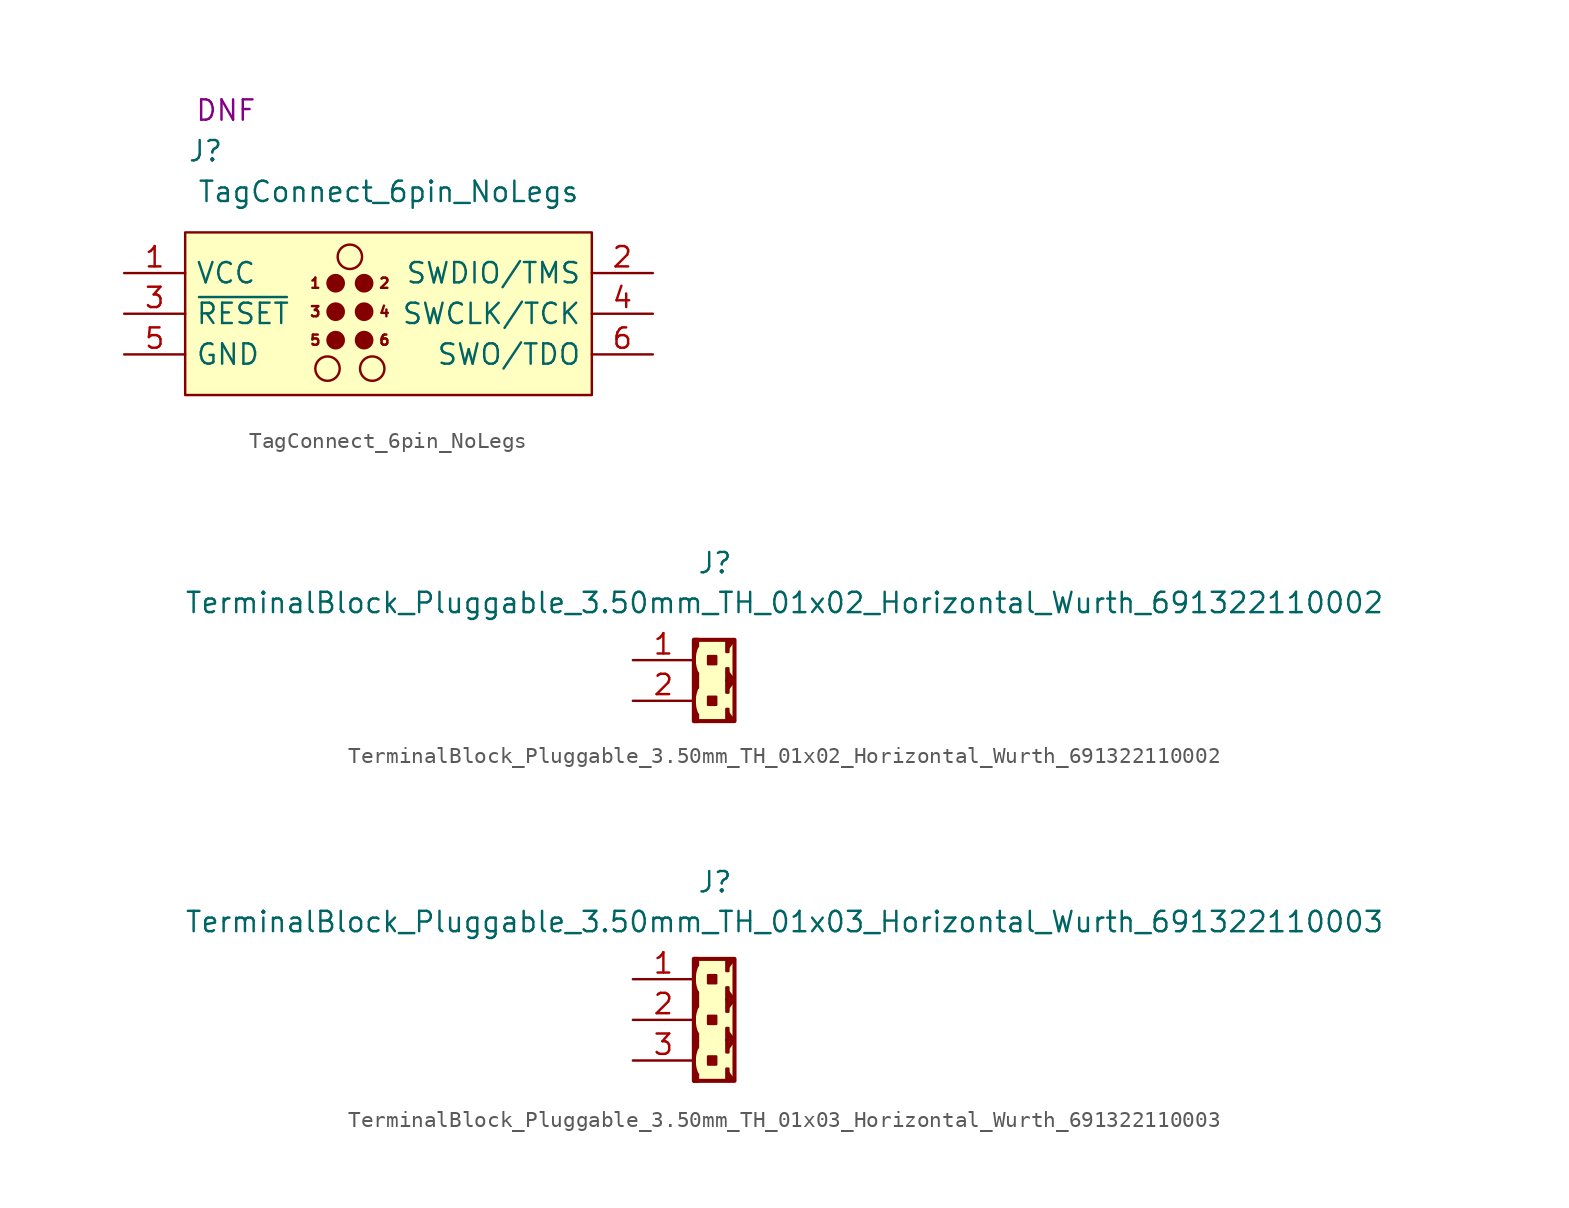
<source format=kicad_sym>
(kicad_symbol_lib
  (version 20211014)
  (generator kicad_symbol_editor)
  (symbol "TagConnect_6pin_NoLegs"
    (pin_names
      (offset 0.635))
    (property "Reference" "J"
      (at -11.43 10.16 0)
      (effects (font (size 1.27 1.27))))
    (property "Value" "TagConnect_6pin_NoLegs"
      (at 0 7.62 0)
      (effects (font (size 1.27 1.27))))
    (property "FitPart" "DNF"
      (at -10.16 12.7 0)
      (effects (font (size 1.27 1.27))))
    (symbol "TagConnect_6pin_NoLegs_0_0"
      (text "1" (at -4.572 1.905 0) (effects (font (size 0.635 0.635))))
      (text "2" (at -0.254 1.905 0) (effects (font (size 0.635 0.635))))
      (text "3" (at -4.572 0.127 0) (effects (font (size 0.635 0.635))))
      (text "4" (at -0.254 0.127 0) (effects (font (size 0.635 0.635))))
      (text "5" (at -4.572 -1.651 0) (effects (font (size 0.635 0.635))))
      (text "6" (at -0.254 -1.651 0) (effects (font (size 0.635 0.635))))
      (pin power_in line (at -16.51 2.54 0) (length 3.81) (name "VCC" (effects (font (size 1.27 1.27)))) (number "1" (effects (font (size 1.27 1.27)))))
      (pin bidirectional line (at 16.51 2.54 180) (length 3.81) (name "SWDIO/TMS" (effects (font (size 1.27 1.27)))) (number "2" (effects (font (size 1.27 1.27)))))
      (pin input line (at -16.51 0 0) (length 3.81) (name "~{RESET}" (effects (font (size 1.27 1.27)))) (number "3" (effects (font (size 1.27 1.27)))))
      (pin input line (at 16.51 0 180) (length 3.81) (name "SWCLK/TCK" (effects (font (size 1.27 1.27)))) (number "4" (effects (font (size 1.27 1.27)))))
      (pin power_in line (at -16.51 -2.54 0) (length 3.81) (name "GND" (effects (font (size 1.27 1.27)))) (number "5" (effects (font (size 1.27 1.27)))))
      (pin output line (at 16.51 -2.54 180) (length 3.81) (name "SWO/TDO" (effects (font (size 1.27 1.27)))) (number "6" (effects (font (size 1.27 1.27))))))
    (symbol "TagConnect_6pin_NoLegs_0_1"
      (rectangle (start -12.7 5.08) (end 12.7 -5.08) (stroke (width 0) (type default) (color 0 0 0 0)) (fill (type background)))
      (circle (center -3.81 -3.429) (radius 0.762) (stroke (width 0) (type default) (color 0 0 0 0)) (fill (type none)))
      (circle (center -3.302 -1.651) (radius 0.508) (stroke (width 0) (type default) (color 0 0 0 0)) (fill (type outline)))
      (circle (center -3.302 0.127) (radius 0.508) (stroke (width 0) (type default) (color 0 0 0 0)) (fill (type outline)))
      (circle (center -3.302 1.905) (radius 0.508) (stroke (width 0) (type default) (color 0 0 0 0)) (fill (type outline)))
      (circle (center -2.413 3.556) (radius 0.762) (stroke (width 0) (type default) (color 0 0 0 0)) (fill (type none)))
      (circle (center -1.016 -3.429) (radius 0.762) (stroke (width 0) (type default) (color 0 0 0 0)) (fill (type none))))
    (symbol "TagConnect_6pin_NoLegs_1_1"
      (circle (center -1.524 -1.651) (radius 0.508) (stroke (width 0) (type default) (color 0 0 0 0)) (fill (type outline)))
      (circle (center -1.524 0.127) (radius 0.508) (stroke (width 0) (type default) (color 0 0 0 0)) (fill (type outline)))
      (circle (center -1.524 1.905) (radius 0.508) (stroke (width 0) (type default) (color 0 0 0 0)) (fill (type outline)))))
  (symbol "TerminalBlock_Pluggable_3.50mm_TH_01x02_Horizontal_Wurth_691322110002"
    (pin_names
      (offset 1.27) hide)
    (property "Reference" "J"
      (at 0.051 7.341 0)
      (effects (font (size 1.27 1.27))))
    (property "Value" "TerminalBlock_Pluggable_3.50mm_TH_01x02_Horizontal_Wurth_691322110002"
      (at 4.394 4.851 0)
      (effects (font (size 1.27 1.27))))
    (symbol "TerminalBlock_Pluggable_3.50mm_TH_01x02_Horizontal_Wurth_691322110002_0_1"
      (rectangle (start -1.016 -2.591) (end -1.27 -2.134) (stroke (width 0) (type default) (color 0 0 0 0)) (fill (type outline)))
      (rectangle (start -1.016 -0.457) (end -1.27 0) (stroke (width 0) (type default) (color 0 0 0 0)) (fill (type outline)))
      (arc (start -1.016 -0.4064) (mid -1.2259 -1.2954) (end -1.016 -2.1844) (stroke (width 0) (type default) (color 0 0 0 0)) (fill (type none)))
      (rectangle (start -1.016 0) (end -1.27 0.457) (stroke (width 0) (type default) (color 0 0 0 0)) (fill (type outline)))
      (rectangle (start -1.016 2.134) (end -1.27 2.591) (stroke (width 0) (type default) (color 0 0 0 0)) (fill (type outline)))
      (arc (start -1.016 2.1844) (mid -1.2259 1.2954) (end -1.016 0.4064) (stroke (width 0) (type default) (color 0 0 0 0)) (fill (type none)))
      (rectangle (start -0.381 -1.016) (end 0.127 -1.524) (stroke (width 0) (type default) (color 0 0 0 0)) (fill (type outline)))
      (rectangle (start -0.381 1.524) (end 0.127 1.016) (stroke (width 0) (type default) (color 0 0 0 0)) (fill (type outline)))
      (polyline (pts (xy -1.219 2.489) (xy -1.27 -2.54)) (stroke (width 0) (type default) (color 0 0 0 0)) (fill (type none)))
      (polyline (pts (xy 0.762 -2.54) (xy 1.27 -2.54)) (stroke (width 0) (type default) (color 0 0 0 0)) (fill (type none)))
      (polyline (pts (xy 0.762 0) (xy 1.27 0)) (stroke (width 0) (type default) (color 0 0 0 0)) (fill (type none)))
      (polyline (pts (xy 0.889 -2.032) (xy 1.27 -2.54) (xy 1.143 -2.54) (xy 0.889 -2.286)) (stroke (width 0) (type default) (color 0 0 0 0)) (fill (type none)))
      (polyline (pts (xy 0.889 -0.508) (xy 1.27 0) (xy 1.143 0) (xy 0.889 -0.254)) (stroke (width 0) (type default) (color 0 0 0 0)) (fill (type none)))
      (polyline (pts (xy 0.889 0.508) (xy 1.27 0) (xy 1.143 0) (xy 0.889 0.254)) (stroke (width 0) (type default) (color 0 0 0 0)) (fill (type none)))
      (polyline (pts (xy 0.889 2.032) (xy 1.27 2.54) (xy 1.143 2.54) (xy 0.889 2.286)) (stroke (width 0) (type default) (color 0 0 0 0)) (fill (type none)))
      (rectangle (start 0.762 -1.778) (end 0.889 -2.54) (stroke (width 0) (type default) (color 0 0 0 0)) (fill (type none)))
      (rectangle (start 0.762 -0.762) (end 0.889 0) (stroke (width 0) (type default) (color 0 0 0 0)) (fill (type none)))
      (rectangle (start 0.762 0.762) (end 0.889 0) (stroke (width 0) (type default) (color 0 0 0 0)) (fill (type none)))
      (rectangle (start 0.762 1.778) (end 0.889 2.54) (stroke (width 0) (type default) (color 0 0 0 0)) (fill (type none))))
    (symbol "TerminalBlock_Pluggable_3.50mm_TH_01x02_Horizontal_Wurth_691322110002_1_1"
      (rectangle (start -1.27 2.54) (end 1.27 -2.54) (stroke (width 0.254) (type default) (color 0 0 0 0)) (fill (type background)))
      (pin passive line (at -5.08 1.27 0) (length 3.81) (name "Pin_1" (effects (font (size 1.27 1.27)))) (number "1" (effects (font (size 1.27 1.27)))))
      (pin passive line (at -5.08 -1.27 0) (length 3.81) (name "Pin_2" (effects (font (size 1.27 1.27)))) (number "2" (effects (font (size 1.27 1.27)))))))
  (symbol "TerminalBlock_Pluggable_3.50mm_TH_01x03_Horizontal_Wurth_691322110003"
    (pin_names
      (offset 1.27) hide)
    (property "Reference" "J"
      (at 0.051 8.611 0)
      (effects (font (size 1.27 1.27))))
    (property "Value" "TerminalBlock_Pluggable_3.50mm_TH_01x03_Horizontal_Wurth_691322110003"
      (at 4.394 6.121 0)
      (effects (font (size 1.27 1.27))))
    (symbol "TerminalBlock_Pluggable_3.50mm_TH_01x03_Horizontal_Wurth_691322110003_0_1"
      (rectangle (start -1.016 -3.861) (end -1.27 -3.404) (stroke (width 0) (type default) (color 0 0 0 0)) (fill (type outline)))
      (rectangle (start -1.016 -1.727) (end -1.27 -1.27) (stroke (width 0) (type default) (color 0 0 0 0)) (fill (type outline)))
      (arc (start -1.016 -1.6764) (mid -1.2259 -2.5654) (end -1.016 -3.4544) (stroke (width 0) (type default) (color 0 0 0 0)) (fill (type none)))
      (rectangle (start -1.016 -1.321) (end -1.27 -0.864) (stroke (width 0) (type default) (color 0 0 0 0)) (fill (type outline)))
      (rectangle (start -1.016 0.813) (end -1.27 1.27) (stroke (width 0) (type default) (color 0 0 0 0)) (fill (type outline)))
      (arc (start -1.016 0.8636) (mid -1.2259 -0.0254) (end -1.016 -0.9144) (stroke (width 0) (type default) (color 0 0 0 0)) (fill (type none)))
      (rectangle (start -1.016 1.27) (end -1.27 1.727) (stroke (width 0) (type default) (color 0 0 0 0)) (fill (type outline)))
      (rectangle (start -1.016 3.404) (end -1.27 3.861) (stroke (width 0) (type default) (color 0 0 0 0)) (fill (type outline)))
      (arc (start -1.016 3.4544) (mid -1.2259 2.5654) (end -1.016 1.6764) (stroke (width 0) (type default) (color 0 0 0 0)) (fill (type none)))
      (rectangle (start -0.381 -2.286) (end 0.127 -2.794) (stroke (width 0) (type default) (color 0 0 0 0)) (fill (type outline)))
      (rectangle (start -0.381 0.254) (end 0.127 -0.254) (stroke (width 0) (type default) (color 0 0 0 0)) (fill (type outline)))
      (rectangle (start -0.381 2.794) (end 0.127 2.286) (stroke (width 0) (type default) (color 0 0 0 0)) (fill (type outline)))
      (polyline (pts (xy -1.219 3.759) (xy -1.219 -3.861)) (stroke (width 0) (type default) (color 0 0 0 0)) (fill (type none)))
      (polyline (pts (xy 0.762 -3.81) (xy 1.27 -3.81)) (stroke (width 0) (type default) (color 0 0 0 0)) (fill (type none)))
      (polyline (pts (xy 0.762 -1.27) (xy 1.27 -1.27)) (stroke (width 0) (type default) (color 0 0 0 0)) (fill (type none)))
      (polyline (pts (xy 0.762 1.27) (xy 1.27 1.27)) (stroke (width 0) (type default) (color 0 0 0 0)) (fill (type none)))
      (polyline (pts (xy 0.889 -3.302) (xy 1.27 -3.81) (xy 1.143 -3.81) (xy 0.889 -3.556)) (stroke (width 0) (type default) (color 0 0 0 0)) (fill (type none)))
      (polyline (pts (xy 0.889 -1.778) (xy 1.27 -1.27) (xy 1.143 -1.27) (xy 0.889 -1.524)) (stroke (width 0) (type default) (color 0 0 0 0)) (fill (type none)))
      (polyline (pts (xy 0.889 -0.762) (xy 1.27 -1.27) (xy 1.143 -1.27) (xy 0.889 -1.016)) (stroke (width 0) (type default) (color 0 0 0 0)) (fill (type none)))
      (polyline (pts (xy 0.889 0.762) (xy 1.27 1.27) (xy 1.143 1.27) (xy 0.889 1.016)) (stroke (width 0) (type default) (color 0 0 0 0)) (fill (type none)))
      (polyline (pts (xy 0.889 1.778) (xy 1.27 1.27) (xy 1.143 1.27) (xy 0.889 1.524)) (stroke (width 0) (type default) (color 0 0 0 0)) (fill (type none)))
      (polyline (pts (xy 0.889 3.302) (xy 1.27 3.81) (xy 1.143 3.81) (xy 0.889 3.556)) (stroke (width 0) (type default) (color 0 0 0 0)) (fill (type none)))
      (rectangle (start 0.762 -3.048) (end 0.889 -3.81) (stroke (width 0) (type default) (color 0 0 0 0)) (fill (type none)))
      (rectangle (start 0.762 -2.032) (end 0.889 -1.27) (stroke (width 0) (type default) (color 0 0 0 0)) (fill (type none)))
      (rectangle (start 0.762 -0.508) (end 0.889 -1.27) (stroke (width 0) (type default) (color 0 0 0 0)) (fill (type none)))
      (rectangle (start 0.762 0.508) (end 0.889 1.27) (stroke (width 0) (type default) (color 0 0 0 0)) (fill (type none)))
      (rectangle (start 0.762 2.032) (end 0.889 1.27) (stroke (width 0) (type default) (color 0 0 0 0)) (fill (type none)))
      (rectangle (start 0.762 3.048) (end 0.889 3.81) (stroke (width 0) (type default) (color 0 0 0 0)) (fill (type none))))
    (symbol "TerminalBlock_Pluggable_3.50mm_TH_01x03_Horizontal_Wurth_691322110003_1_1"
      (rectangle (start -1.27 3.81) (end 1.27 -3.81) (stroke (width 0.254) (type default) (color 0 0 0 0)) (fill (type background)))
      (pin passive line (at -5.08 2.54 0) (length 3.81) (name "Pin_1" (effects (font (size 1.27 1.27)))) (number "1" (effects (font (size 1.27 1.27)))))
      (pin passive line (at -5.08 0 0) (length 3.81) (name "Pin_2" (effects (font (size 1.27 1.27)))) (number "2" (effects (font (size 1.27 1.27)))))
      (pin passive line (at -5.08 -2.54 0) (length 3.81) (name "Pin_3" (effects (font (size 1.27 1.27)))) (number "3" (effects (font (size 1.27 1.27))))))))
</source>
